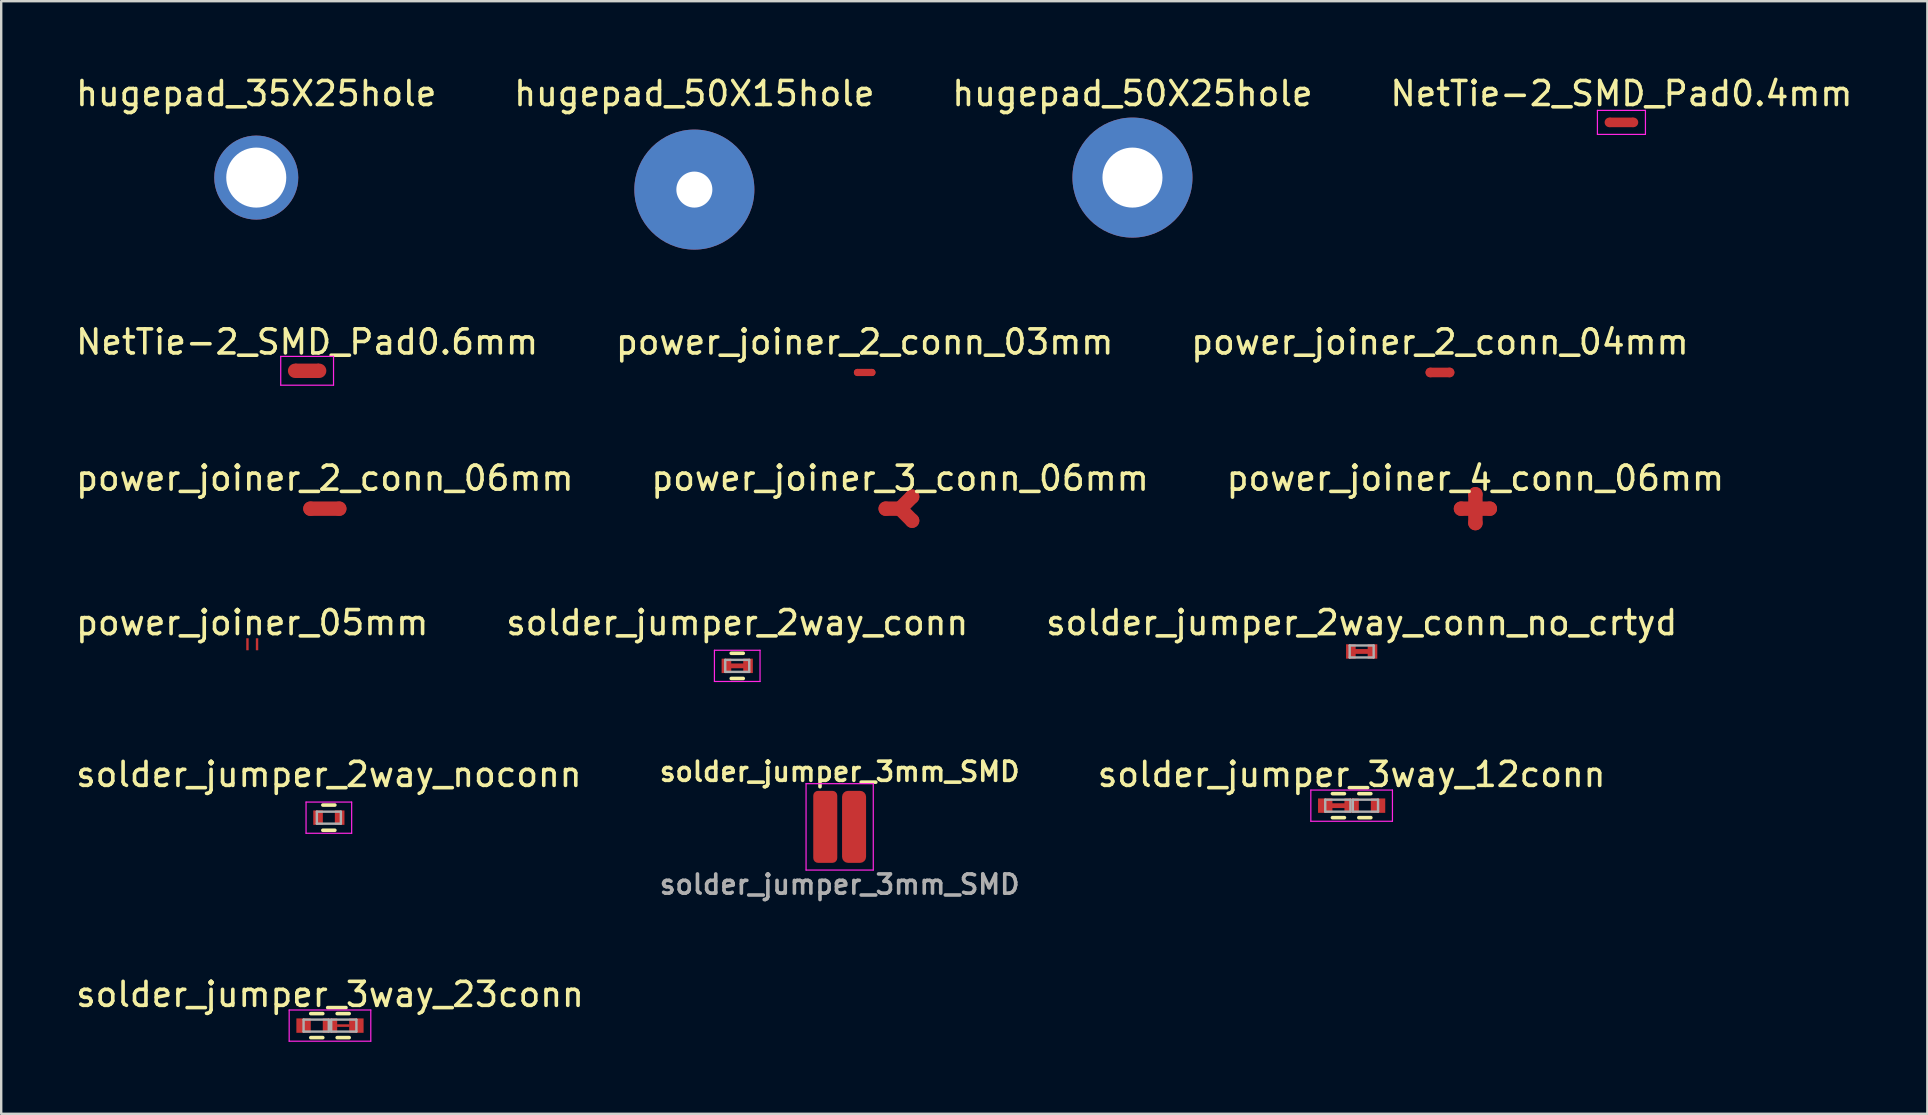
<source format=kicad_pcb>
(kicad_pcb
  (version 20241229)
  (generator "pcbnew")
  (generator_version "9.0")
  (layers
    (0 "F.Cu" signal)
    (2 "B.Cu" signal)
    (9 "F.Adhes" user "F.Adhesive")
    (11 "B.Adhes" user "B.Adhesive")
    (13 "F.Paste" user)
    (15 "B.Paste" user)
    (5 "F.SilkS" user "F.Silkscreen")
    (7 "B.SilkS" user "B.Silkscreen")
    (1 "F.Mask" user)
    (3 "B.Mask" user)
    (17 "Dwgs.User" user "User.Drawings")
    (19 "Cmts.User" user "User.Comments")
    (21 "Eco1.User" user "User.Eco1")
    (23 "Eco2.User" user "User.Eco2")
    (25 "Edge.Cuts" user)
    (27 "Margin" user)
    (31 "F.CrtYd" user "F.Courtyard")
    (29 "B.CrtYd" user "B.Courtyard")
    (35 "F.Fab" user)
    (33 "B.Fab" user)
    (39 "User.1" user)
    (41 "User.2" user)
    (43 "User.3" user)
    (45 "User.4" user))
  (footprint "solder_jumper_2way_conn_no_crtyd"
    (layer "F.Cu")
    (at 53.673 24.088)
    (property "Reference" "solder_jumper_2way_conn_no_crtyd" (at 0 -1.2 0) (layer "F.SilkS") (effects (font (size 1 1) (thickness 0.15))))
    (attr smd)
    (fp_line (start -0.3 0) (end 0.3 0) (stroke (width 0.2) (type solid)) (layer "F.Cu"))
    (fp_line (start -0.5 -0.25) (end 0.5 -0.25) (stroke (width 0.1) (type solid)) (layer "F.Fab"))
    (fp_line (start -0.5 0.25) (end -0.5 -0.25) (stroke (width 0.1) (type solid)) (layer "F.Fab"))
    (fp_line (start 0.5 -0.25) (end 0.5 0.25) (stroke (width 0.1) (type solid)) (layer "F.Fab"))
    (fp_line (start 0.5 0.25) (end -0.5 0.25) (stroke (width 0.1) (type solid)) (layer "F.Fab"))
    (pad "1" smd rect (at -0.45 0) (size 0.4 0.6) (layers "F.Cu" "F.Mask"))
    (pad "2" smd rect (at 0.45 0) (size 0.4 0.6) (layers "F.Cu" "F.Mask")))
  (footprint "power_joiner_2_conn_06mm"
    (layer "F.Cu")
    (at 10.482 18.14)
    (property "Reference" "power_joiner_2_conn_06mm" (at 0 -1.27 0) (layer "F.SilkS") (effects (font (size 1 1) (thickness 0.15))))
    (attr through_hole)
    (fp_line (start 0.6 0) (end -0.6 0) (stroke (width 0.6) (type solid)) (layer "F.Cu"))
    (pad "1" smd circle (at -0.6 0) (size 0.6 0.6) (layers "F.Cu"))
    (pad "2" smd circle (at 0.6 0) (size 0.6 0.6) (layers "F.Cu")))
  (footprint "NetTie-2_SMD_Pad0.6mm"
    (layer "F.Cu")
    (at 9.744 12.396)
    (property "Reference" "NetTie-2_SMD_Pad0.6mm" (at 0 -1.2 0) (layer "F.SilkS") (effects (font (size 1 1) (thickness 0.15))))
    (attr exclude_from_pos_files exclude_from_bom)
    (fp_poly (pts (xy -0.5 -0.3) (xy 0.5 -0.3) (xy 0.5 0.3) (xy -0.5 0.3)) (stroke (width 0) (type solid)) (fill yes) (layer "F.Cu"))
    (fp_line (start -1.1 -0.6) (end -1.1 0.6) (stroke (width 0.05) (type solid)) (layer "F.CrtYd"))
    (fp_line (start -1.1 0.6) (end 1.1 0.6) (stroke (width 0.05) (type solid)) (layer "F.CrtYd"))
    (fp_line (start 1.1 -0.6) (end -1.1 -0.6) (stroke (width 0.05) (type solid)) (layer "F.CrtYd"))
    (fp_line (start 1.1 0.6) (end 1.1 -0.6) (stroke (width 0.05) (type solid)) (layer "F.CrtYd"))
    (pad "1" smd circle (at -0.5 0) (size 0.6 0.6) (layers "F.Cu"))
    (pad "2" smd circle (at 0.5 0) (size 0.6 0.6) (layers "F.Cu")))
  (footprint "hugepad_35X25hole"
    (layer "F.Cu")
    (at 7.625 4.348)
    (property "Reference" "hugepad_35X25hole" (at 0 -3.5 0) (layer "F.SilkS") (effects (font (size 1 1) (thickness 0.15))))
    (attr through_hole)
    (pad "1" thru_hole circle (at 0 0) (size 3.5 3.5) (drill 2.5) (layers "*.Cu" "*.Mask")))
  (footprint "solder_jumper_2way_conn"
    (layer "F.Cu")
    (at 27.661 24.688)
    (property "Reference" "solder_jumper_2way_conn" (at 0 -1.8 0) (layer "F.SilkS") (effects (font (size 1 1) (thickness 0.15))))
    (attr smd)
    (fp_line (start -0.3 0) (end 0.3 0) (stroke (width 0.2) (type solid)) (layer "F.Cu"))
    (fp_line (start -0.25 0.525) (end 0.25 0.525) (stroke (width 0.15) (type solid)) (layer "F.SilkS"))
    (fp_line (start 0.25 -0.525) (end -0.25 -0.525) (stroke (width 0.15) (type solid)) (layer "F.SilkS"))
    (fp_line (start -0.95 -0.65) (end -0.95 0.65) (stroke (width 0.05) (type solid)) (layer "F.CrtYd"))
    (fp_line (start -0.95 -0.65) (end 0.95 -0.65) (stroke (width 0.05) (type solid)) (layer "F.CrtYd"))
    (fp_line (start -0.95 0.65) (end 0.95 0.65) (stroke (width 0.05) (type solid)) (layer "F.CrtYd"))
    (fp_line (start 0.95 -0.65) (end 0.95 0.65) (stroke (width 0.05) (type solid)) (layer "F.CrtYd"))
    (fp_line (start -0.5 -0.25) (end 0.5 -0.25) (stroke (width 0.1) (type solid)) (layer "F.Fab"))
    (fp_line (start -0.5 0.25) (end -0.5 -0.25) (stroke (width 0.1) (type solid)) (layer "F.Fab"))
    (fp_line (start 0.5 -0.25) (end 0.5 0.25) (stroke (width 0.1) (type solid)) (layer "F.Fab"))
    (fp_line (start 0.5 0.25) (end -0.5 0.25) (stroke (width 0.1) (type solid)) (layer "F.Fab"))
    (pad "1" smd rect (at -0.45 0) (size 0.4 0.6) (layers "F.Cu" "F.Mask"))
    (pad "2" smd rect (at 0.45 0) (size 0.4 0.6) (layers "F.Cu" "F.Mask")))
  (footprint "solder_jumper_3way_12conn"
    (layer "F.Cu")
    (at 53.255 30.511)
    (property "Reference" "solder_jumper_3way_12conn" (at 0 -1.3 0) (layer "F.SilkS") (effects (font (size 1 1) (thickness 0.15))))
    (attr smd)
    (fp_line (start -0.8 0) (end -0.3 0) (stroke (width 0.2) (type solid)) (layer "F.Cu"))
    (fp_line (start -0.8 0.5) (end -0.3 0.5) (stroke (width 0.15) (type solid)) (layer "F.SilkS"))
    (fp_line (start -0.3 -0.5) (end -0.8 -0.5) (stroke (width 0.15) (type solid)) (layer "F.SilkS"))
    (fp_line (start 0.8 -0.5) (end 0.3 -0.5) (stroke (width 0.15) (type solid)) (layer "F.SilkS"))
    (fp_line (start 0.8 0.5) (end 0.3 0.5) (stroke (width 0.15) (type solid)) (layer "F.SilkS"))
    (fp_line (start -1.7 -0.65) (end -1.7 0.65) (stroke (width 0.05) (type solid)) (layer "F.CrtYd"))
    (fp_line (start -1.7 -0.65) (end 1.7 -0.65) (stroke (width 0.05) (type solid)) (layer "F.CrtYd"))
    (fp_line (start -1.7 0.65) (end 1.7 0.65) (stroke (width 0.05) (type solid)) (layer "F.CrtYd"))
    (fp_line (start 1.7 -0.65) (end 1.7 0.65) (stroke (width 0.05) (type solid)) (layer "F.CrtYd"))
    (fp_line (start -1.1 -0.25) (end -0.05 -0.25) (stroke (width 0.1) (type solid)) (layer "F.Fab"))
    (fp_line (start -1.1 0.25) (end -1.1 -0.25) (stroke (width 0.1) (type solid)) (layer "F.Fab"))
    (fp_line (start -0.05 -0.25) (end -0.05 0.25) (stroke (width 0.1) (type solid)) (layer "F.Fab"))
    (fp_line (start -0.05 0.25) (end -1.1 0.25) (stroke (width 0.1) (type solid)) (layer "F.Fab"))
    (fp_line (start 0.05 -0.25) (end 0.05 0.25) (stroke (width 0.1) (type solid)) (layer "F.Fab"))
    (fp_line (start 0.05 -0.25) (end 1.1 -0.25) (stroke (width 0.1) (type solid)) (layer "F.Fab"))
    (fp_line (start 0.05 0.25) (end 1.1 0.25) (stroke (width 0.1) (type solid)) (layer "F.Fab"))
    (fp_line (start 1.1 -0.25) (end 1.1 0.25) (stroke (width 0.1) (type solid)) (layer "F.Fab"))
    (pad "1" smd rect (at -1.1 0) (size 0.6 0.6) (layers "F.Cu" "F.Mask"))
    (pad "2" smd rect (at 0 0) (size 0.6 0.6) (layers "F.Cu" "F.Mask"))
    (pad "3" smd rect (at 1.1 0) (size 0.6 0.6) (layers "F.Cu" "F.Mask")))
  (footprint "power_joiner_2_conn_04mm"
    (layer "F.Cu")
    (at 56.935 12.466)
    (property "Reference" "power_joiner_2_conn_04mm" (at 0 -1.27 0) (layer "F.SilkS") (effects (font (size 1 1) (thickness 0.15))))
    (attr through_hole)
    (fp_line (start -0.4 0) (end 0.4 0) (stroke (width 0.4) (type solid)) (layer "F.Cu"))
    (pad "1" smd circle (at -0.4 0) (size 0.4 0.4) (layers "F.Cu"))
    (pad "2" smd circle (at 0.4 0) (size 0.4 0.4) (layers "F.Cu")))
  (footprint "solder_jumper_3way_23conn"
    (layer "F.Cu")
    (at 10.696 39.674)
    (property "Reference" "solder_jumper_3way_23conn" (at 0 -1.3 0) (layer "F.SilkS") (effects (font (size 1 1) (thickness 0.15))))
    (attr smd)
    (fp_poly (pts (xy 0.3 -0.05) (xy 0.8 -0.05) (xy 0.8 0.05) (xy 0.3 0.05)) (stroke (width 0.01) (type solid)) (fill yes) (layer "F.Cu"))
    (fp_line (start -0.8 0.5) (end -0.3 0.5) (stroke (width 0.15) (type solid)) (layer "F.SilkS"))
    (fp_line (start -0.3 -0.5) (end -0.8 -0.5) (stroke (width 0.15) (type solid)) (layer "F.SilkS"))
    (fp_line (start 0.8 -0.5) (end 0.3 -0.5) (stroke (width 0.15) (type solid)) (layer "F.SilkS"))
    (fp_line (start 0.8 0.5) (end 0.3 0.5) (stroke (width 0.15) (type solid)) (layer "F.SilkS"))
    (fp_line (start -1.7 -0.65) (end -1.7 0.65) (stroke (width 0.05) (type solid)) (layer "F.CrtYd"))
    (fp_line (start -1.7 -0.65) (end 1.7 -0.65) (stroke (width 0.05) (type solid)) (layer "F.CrtYd"))
    (fp_line (start -1.7 0.65) (end 1.7 0.65) (stroke (width 0.05) (type solid)) (layer "F.CrtYd"))
    (fp_line (start 1.7 -0.65) (end 1.7 0.65) (stroke (width 0.05) (type solid)) (layer "F.CrtYd"))
    (fp_line (start -1.1 -0.25) (end -0.05 -0.25) (stroke (width 0.1) (type solid)) (layer "F.Fab"))
    (fp_line (start -1.1 0.25) (end -1.1 -0.25) (stroke (width 0.1) (type solid)) (layer "F.Fab"))
    (fp_line (start -0.05 -0.25) (end -0.05 0.25) (stroke (width 0.1) (type solid)) (layer "F.Fab"))
    (fp_line (start -0.05 0.25) (end -1.1 0.25) (stroke (width 0.1) (type solid)) (layer "F.Fab"))
    (fp_line (start 0.05 -0.25) (end 0.05 0.25) (stroke (width 0.1) (type solid)) (layer "F.Fab"))
    (fp_line (start 0.05 -0.25) (end 1.1 -0.25) (stroke (width 0.1) (type solid)) (layer "F.Fab"))
    (fp_line (start 0.05 0.25) (end 1.1 0.25) (stroke (width 0.1) (type solid)) (layer "F.Fab"))
    (fp_line (start 1.1 -0.25) (end 1.1 0.25) (stroke (width 0.1) (type solid)) (layer "F.Fab"))
    (pad "1" smd rect (at -1.1 0) (size 0.6 0.6) (layers "F.Cu" "F.Mask"))
    (pad "2" smd rect (at 0 0) (size 0.6 0.6) (layers "F.Cu" "F.Mask"))
    (pad "3" smd rect (at 1.1 0) (size 0.6 0.6) (layers "F.Cu" "F.Mask")))
  (footprint "power_joiner_4_conn_06mm"
    (layer "F.Cu")
    (at 58.411 18.14)
    (property "Reference" "power_joiner_4_conn_06mm" (at 0 -1.27 0) (layer "F.SilkS") (effects (font (size 1 1) (thickness 0.15))))
    (attr through_hole)
    (fp_line (start -0.6 0) (end 0 0) (stroke (width 0.6) (type solid)) (layer "F.Cu"))
    (fp_line (start 0 0) (end 0 -0.6) (stroke (width 0.6) (type solid)) (layer "F.Cu"))
    (fp_line (start 0 0) (end 0.6 0) (stroke (width 0.6) (type solid)) (layer "F.Cu"))
    (fp_line (start 0 0.6) (end 0 0) (stroke (width 0.6) (type solid)) (layer "F.Cu"))
    (pad "1" smd circle (at -0.6 0) (size 0.6 0.6) (layers "F.Cu"))
    (pad "2" smd circle (at 0 -0.6) (size 0.6 0.6) (layers "F.Cu"))
    (pad "3" smd circle (at 0.6 0) (size 0.6 0.6) (layers "F.Cu"))
    (pad "4" smd circle (at 0 0.6) (size 0.6 0.6) (layers "F.Cu")))
  (footprint "hugepad_50X15hole"
    (layer "F.Cu")
    (at 25.875 4.848)
    (property "Reference" "hugepad_50X15hole" (at 0 -4 0) (layer "F.SilkS") (effects (font (size 1 1) (thickness 0.15))))
    (attr through_hole)
    (pad "1" thru_hole circle (at 0 0) (size 5 5) (drill 1.5) (layers "*.Cu" "*.Mask")))
  (footprint "power_joiner_05mm"
    (layer "F.Cu")
    (at 7.458 23.788)
    (property "Reference" "power_joiner_05mm" (at 0 -0.9 0) (layer "F.SilkS") (effects (font (size 1 1) (thickness 0.15))))
    (attr through_hole)
    (pad "1" smd rect (at -0.2 0) (size 0.1 0.5) (layers "F.Cu" "F.Mask" "F.Paste"))
    (pad "2" smd rect (at 0.2 0) (size 0.1 0.5) (layers "F.Cu" "F.Mask" "F.Paste")))
  (footprint "hugepad_50X25hole"
    (layer "F.Cu")
    (at 44.125 4.348)
    (property "Reference" "hugepad_50X25hole" (at 0 -3.5 0) (layer "F.SilkS") (effects (font (size 1 1) (thickness 0.15))))
    (attr through_hole)
    (pad "1" thru_hole circle (at 0 0) (size 5 5) (drill 2.5) (layers "*.Cu" "*.Mask")))
  (footprint "power_joiner_2_conn_03mm"
    (layer "F.Cu")
    (at 32.97 12.466)
    (property "Reference" "power_joiner_2_conn_03mm" (at 0 -1.27 0) (layer "F.SilkS") (effects (font (size 1 1) (thickness 0.15))))
    (attr through_hole)
    (fp_line (start -0.3 0) (end 0.3 0) (stroke (width 0.3) (type solid)) (layer "F.Cu"))
    (pad "1" smd circle (at -0.3 0) (size 0.3 0.3) (layers "F.Cu"))
    (pad "2" smd circle (at 0.3 0) (size 0.3 0.3) (layers "F.Cu")))
  (footprint "solder_jumper_2way_noconn"
    (layer "F.Cu")
    (at 10.649 31.011)
    (property "Reference" "solder_jumper_2way_noconn" (at 0 -1.8 0) (layer "F.SilkS") (effects (font (size 1 1) (thickness 0.15))))
    (attr smd)
    (fp_line (start -0.25 0.525) (end 0.25 0.525) (stroke (width 0.15) (type solid)) (layer "F.SilkS"))
    (fp_line (start 0.25 -0.525) (end -0.25 -0.525) (stroke (width 0.15) (type solid)) (layer "F.SilkS"))
    (fp_line (start -0.95 -0.65) (end -0.95 0.65) (stroke (width 0.05) (type solid)) (layer "F.CrtYd"))
    (fp_line (start -0.95 -0.65) (end 0.95 -0.65) (stroke (width 0.05) (type solid)) (layer "F.CrtYd"))
    (fp_line (start -0.95 0.65) (end 0.95 0.65) (stroke (width 0.05) (type solid)) (layer "F.CrtYd"))
    (fp_line (start 0.95 -0.65) (end 0.95 0.65) (stroke (width 0.05) (type solid)) (layer "F.CrtYd"))
    (fp_line (start -0.5 -0.25) (end 0.5 -0.25) (stroke (width 0.1) (type solid)) (layer "F.Fab"))
    (fp_line (start -0.5 0.25) (end -0.5 -0.25) (stroke (width 0.1) (type solid)) (layer "F.Fab"))
    (fp_line (start 0.5 -0.25) (end 0.5 0.25) (stroke (width 0.1) (type solid)) (layer "F.Fab"))
    (fp_line (start 0.5 0.25) (end -0.5 0.25) (stroke (width 0.1) (type solid)) (layer "F.Fab"))
    (pad "1" smd rect (at -0.45 0) (size 0.4 0.6) (layers "F.Cu" "F.Mask" "F.Paste"))
    (pad "2" smd rect (at 0.45 0) (size 0.4 0.6) (layers "F.Cu" "F.Mask" "F.Paste")))
  (footprint "NetTie-2_SMD_Pad0.4mm"
    (layer "F.Cu")
    (at 64.494 2.048)
    (property "Reference" "NetTie-2_SMD_Pad0.4mm" (at 0 -1.2 0) (layer "F.SilkS") (effects (font (size 1 1) (thickness 0.15))))
    (attr exclude_from_pos_files exclude_from_bom)
    (fp_poly (pts (xy -0.5 -0.2) (xy 0.5 -0.2) (xy 0.5 0.2) (xy -0.5 0.2)) (stroke (width 0) (type solid)) (fill yes) (layer "F.Cu"))
    (fp_line (start -1 -0.5) (end -1 0.5) (stroke (width 0.05) (type solid)) (layer "F.CrtYd"))
    (fp_line (start -1 0.5) (end 1 0.5) (stroke (width 0.05) (type solid)) (layer "F.CrtYd"))
    (fp_line (start 1 -0.5) (end -1 -0.5) (stroke (width 0.05) (type solid)) (layer "F.CrtYd"))
    (fp_line (start 1 0.5) (end 1 -0.5) (stroke (width 0.05) (type solid)) (layer "F.CrtYd"))
    (pad "1" smd circle (at -0.5 0) (size 0.4 0.4) (layers "F.Cu"))
    (pad "2" smd circle (at 0.5 0) (size 0.4 0.4) (layers "F.Cu")))
  (footprint "solder_jumper_3mm_SMD"
    (layer "F.Cu")
    (at 31.928 31.394)
    (property "Reference" "solder_jumper_3mm_SMD" (at 0 -2.3 0) (unlocked yes) (layer "F.SilkS") (effects (font (size 0.8 0.8) (thickness 0.15))))
    (attr smd)
    (fp_line (start -1.4 -1.8) (end 1.4 -1.8) (stroke (width 0.05) (type default)) (layer "F.CrtYd"))
    (fp_line (start -1.4 1.8) (end -1.4 -1.8) (stroke (width 0.05) (type default)) (layer "F.CrtYd"))
    (fp_line (start 1.4 -1.8) (end 1.4 1.8) (stroke (width 0.05) (type default)) (layer "F.CrtYd"))
    (fp_line (start 1.4 1.8) (end -1.4 1.8) (stroke (width 0.05) (type default)) (layer "F.CrtYd"))
    (fp_text user "${REFERENCE}" (at 0 2.4 0) (unlocked yes) (layer "F.Fab") (effects (font (size 0.8 0.8) (thickness 0.15))))
    (pad "1" smd roundrect (at -0.6 0) (size 1 3) (layers "F.Cu" "F.Mask" "F.Paste") (roundrect_rratio 0.2))
    (pad "2" smd roundrect (at 0.6 0) (size 1 3) (layers "F.Cu" "F.Mask" "F.Paste") (roundrect_rratio 0.25)))
  (footprint "power_joiner_3_conn_06mm"
    (layer "F.Cu")
    (at 34.446 18.14)
    (property "Reference" "power_joiner_3_conn_06mm" (at 0 -1.27 0) (layer "F.SilkS") (effects (font (size 1 1) (thickness 0.15))))
    (attr through_hole)
    (fp_line (start 0 0) (end -0.6 0) (stroke (width 0.6) (type solid)) (layer "F.Cu"))
    (fp_line (start 0 0) (end 0.5 -0.5) (stroke (width 0.6) (type solid)) (layer "F.Cu"))
    (fp_line (start 0 0) (end 0.5 0.5) (stroke (width 0.6) (type solid)) (layer "F.Cu"))
    (pad "1" smd circle (at -0.6 0) (size 0.6 0.6) (layers "F.Cu"))
    (pad "2" smd circle (at 0.5 -0.5) (size 0.6 0.6) (layers "F.Cu"))
    (pad "3" smd circle (at 0.5 0.5) (size 0.6 0.6) (layers "F.Cu")))
  (gr_rect
    (start -3 -3)
    (end 77.238 43.349)
    (stroke (width 0.1) (type default))
    (fill no)
    (layer "Edge.Cuts")))
</source>
